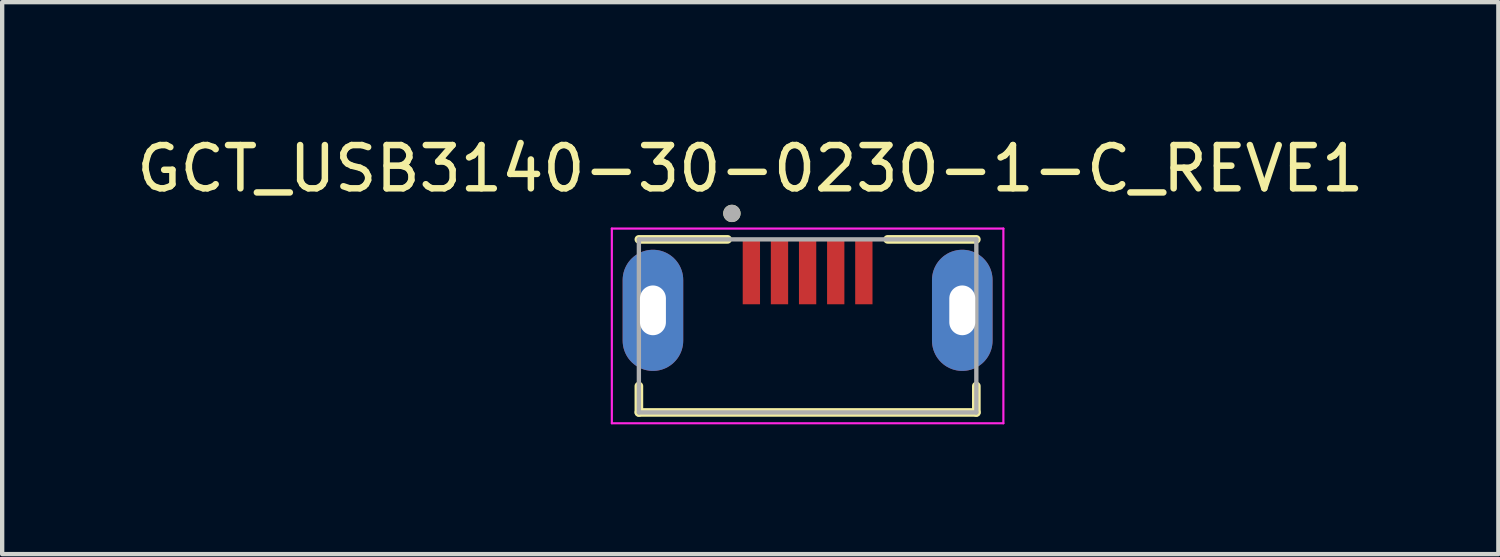
<source format=kicad_pcb>
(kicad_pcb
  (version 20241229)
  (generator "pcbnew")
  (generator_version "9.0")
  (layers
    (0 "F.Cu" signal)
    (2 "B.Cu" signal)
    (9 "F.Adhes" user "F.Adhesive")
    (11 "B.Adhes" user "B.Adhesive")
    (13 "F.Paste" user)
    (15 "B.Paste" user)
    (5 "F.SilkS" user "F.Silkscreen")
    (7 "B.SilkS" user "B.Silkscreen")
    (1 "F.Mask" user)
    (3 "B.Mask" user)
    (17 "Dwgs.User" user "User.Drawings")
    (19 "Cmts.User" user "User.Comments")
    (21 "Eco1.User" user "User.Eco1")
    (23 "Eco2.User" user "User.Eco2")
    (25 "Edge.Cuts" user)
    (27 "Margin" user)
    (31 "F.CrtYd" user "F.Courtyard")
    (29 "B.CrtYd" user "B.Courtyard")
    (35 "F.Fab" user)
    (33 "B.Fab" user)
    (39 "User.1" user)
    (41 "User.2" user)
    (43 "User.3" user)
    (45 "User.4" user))
  (footprint "GCT_USB3140-30-0230-1-C_REVE1"
    (layer "F.Cu")
    (at 15.617 4.483)
    (property "Reference" "GCT_USB3140-30-0230-1-C_REVE1" (at -1.325 -3.635 0) (layer "F.SilkS") (effects (font (size 1 1) (thickness 0.15))))
    (attr smd)
    (fp_poly (pts (xy -3.575 0.615) (xy -3.612 0.614) (xy -3.648 0.611) (xy -3.685 0.606) (xy -3.721 0.6) (xy -3.756 0.591) (xy -3.791 0.581) (xy -3.826 0.569) (xy -3.86 0.554) (xy -3.893 0.539) (xy -3.925 0.521) (xy -3.956 0.502) (xy -3.986 0.481) (xy -4.016 0.459) (xy -4.043 0.435) (xy -4.07 0.41) (xy -4.095 0.383) (xy -4.119 0.356) (xy -4.141 0.326) (xy -4.162 0.296) (xy -4.181 0.265) (xy -4.199 0.233) (xy -4.214 0.2) (xy -4.229 0.166) (xy -4.241 0.131) (xy -4.251 0.096) (xy -4.26 0.061) (xy -4.266 0.025) (xy -4.271 -0.012) (xy -4.274 -0.048) (xy -4.275 -0.085) (xy -4.275 -0.635) (xy -4.274 -0.672) (xy -4.271 -0.708) (xy -4.266 -0.745) (xy -4.26 -0.781) (xy -4.251 -0.816) (xy -4.241 -0.851) (xy -4.229 -0.886) (xy -4.214 -0.92) (xy -4.199 -0.953) (xy -4.181 -0.985) (xy -4.162 -1.016) (xy -4.141 -1.046) (xy -4.119 -1.076) (xy -4.095 -1.103) (xy -4.07 -1.13) (xy -4.043 -1.155) (xy -4.016 -1.179) (xy -3.986 -1.201) (xy -3.956 -1.222) (xy -3.925 -1.241) (xy -3.893 -1.259) (xy -3.86 -1.274) (xy -3.826 -1.289) (xy -3.791 -1.301) (xy -3.756 -1.311) (xy -3.721 -1.32) (xy -3.685 -1.326) (xy -3.648 -1.331) (xy -3.612 -1.334) (xy -3.575 -1.335) (xy -3.538 -1.334) (xy -3.502 -1.331) (xy -3.465 -1.326) (xy -3.429 -1.32) (xy -3.394 -1.311) (xy -3.359 -1.301) (xy -3.324 -1.289) (xy -3.29 -1.274) (xy -3.257 -1.259) (xy -3.225 -1.241) (xy -3.194 -1.222) (xy -3.164 -1.201) (xy -3.134 -1.179) (xy -3.107 -1.155) (xy -3.08 -1.13) (xy -3.055 -1.103) (xy -3.031 -1.076) (xy -3.009 -1.046) (xy -2.988 -1.016) (xy -2.969 -0.985) (xy -2.951 -0.953) (xy -2.936 -0.92) (xy -2.921 -0.886) (xy -2.909 -0.851) (xy -2.899 -0.816) (xy -2.89 -0.781) (xy -2.884 -0.745) (xy -2.879 -0.708) (xy -2.876 -0.672) (xy -2.875 -0.635) (xy -2.875 -0.085) (xy -2.876 -0.048) (xy -2.879 -0.012) (xy -2.884 0.025) (xy -2.89 0.061) (xy -2.899 0.096) (xy -2.909 0.131) (xy -2.921 0.166) (xy -2.936 0.2) (xy -2.951 0.233) (xy -2.969 0.265) (xy -2.988 0.296) (xy -3.009 0.326) (xy -3.031 0.356) (xy -3.055 0.383) (xy -3.08 0.41) (xy -3.107 0.435) (xy -3.134 0.459) (xy -3.164 0.481) (xy -3.194 0.502) (xy -3.225 0.521) (xy -3.257 0.539) (xy -3.29 0.554) (xy -3.324 0.569) (xy -3.359 0.581) (xy -3.394 0.591) (xy -3.429 0.6) (xy -3.465 0.606) (xy -3.502 0.611) (xy -3.538 0.614) (xy -3.575 0.615)) (stroke (width 0.01) (type solid)) (fill yes) (layer "F.Mask"))
    (fp_poly (pts (xy 3.575 0.615) (xy 3.538 0.614) (xy 3.502 0.611) (xy 3.465 0.606) (xy 3.429 0.6) (xy 3.394 0.591) (xy 3.359 0.581) (xy 3.324 0.569) (xy 3.29 0.554) (xy 3.257 0.539) (xy 3.225 0.521) (xy 3.194 0.502) (xy 3.164 0.481) (xy 3.134 0.459) (xy 3.107 0.435) (xy 3.08 0.41) (xy 3.055 0.383) (xy 3.031 0.356) (xy 3.009 0.326) (xy 2.988 0.296) (xy 2.969 0.265) (xy 2.951 0.233) (xy 2.936 0.2) (xy 2.921 0.166) (xy 2.909 0.131) (xy 2.899 0.096) (xy 2.89 0.061) (xy 2.884 0.025) (xy 2.879 -0.012) (xy 2.876 -0.048) (xy 2.875 -0.085) (xy 2.875 -0.635) (xy 2.876 -0.672) (xy 2.879 -0.708) (xy 2.884 -0.745) (xy 2.89 -0.781) (xy 2.899 -0.816) (xy 2.909 -0.851) (xy 2.921 -0.886) (xy 2.936 -0.92) (xy 2.951 -0.953) (xy 2.969 -0.985) (xy 2.988 -1.016) (xy 3.009 -1.046) (xy 3.031 -1.076) (xy 3.055 -1.103) (xy 3.08 -1.13) (xy 3.107 -1.155) (xy 3.134 -1.179) (xy 3.164 -1.201) (xy 3.194 -1.222) (xy 3.225 -1.241) (xy 3.257 -1.259) (xy 3.29 -1.274) (xy 3.324 -1.289) (xy 3.359 -1.301) (xy 3.394 -1.311) (xy 3.429 -1.32) (xy 3.465 -1.326) (xy 3.502 -1.331) (xy 3.538 -1.334) (xy 3.575 -1.335) (xy 3.612 -1.334) (xy 3.648 -1.331) (xy 3.685 -1.326) (xy 3.721 -1.32) (xy 3.756 -1.311) (xy 3.791 -1.301) (xy 3.826 -1.289) (xy 3.86 -1.274) (xy 3.893 -1.259) (xy 3.925 -1.241) (xy 3.956 -1.222) (xy 3.986 -1.201) (xy 4.016 -1.179) (xy 4.043 -1.155) (xy 4.07 -1.13) (xy 4.095 -1.103) (xy 4.119 -1.076) (xy 4.141 -1.046) (xy 4.162 -1.016) (xy 4.181 -0.985) (xy 4.199 -0.953) (xy 4.214 -0.92) (xy 4.229 -0.886) (xy 4.241 -0.851) (xy 4.251 -0.816) (xy 4.26 -0.781) (xy 4.266 -0.745) (xy 4.271 -0.708) (xy 4.274 -0.672) (xy 4.275 -0.635) (xy 4.275 -0.085) (xy 4.274 -0.048) (xy 4.271 -0.012) (xy 4.266 0.025) (xy 4.26 0.061) (xy 4.251 0.096) (xy 4.241 0.131) (xy 4.229 0.166) (xy 4.214 0.2) (xy 4.199 0.233) (xy 4.181 0.265) (xy 4.162 0.296) (xy 4.141 0.326) (xy 4.119 0.356) (xy 4.095 0.383) (xy 4.07 0.41) (xy 4.043 0.435) (xy 4.016 0.459) (xy 3.986 0.481) (xy 3.956 0.502) (xy 3.925 0.521) (xy 3.893 0.539) (xy 3.86 0.554) (xy 3.826 0.569) (xy 3.791 0.581) (xy 3.756 0.591) (xy 3.721 0.6) (xy 3.685 0.606) (xy 3.648 0.611) (xy 3.612 0.614) (xy 3.575 0.615)) (stroke (width 0.01) (type solid)) (fill yes) (layer "F.Mask"))
    (fp_poly (pts (xy -3.575 0.615) (xy -3.612 0.614) (xy -3.648 0.611) (xy -3.685 0.606) (xy -3.721 0.6) (xy -3.756 0.591) (xy -3.791 0.581) (xy -3.826 0.569) (xy -3.86 0.554) (xy -3.893 0.539) (xy -3.925 0.521) (xy -3.956 0.502) (xy -3.986 0.481) (xy -4.016 0.459) (xy -4.043 0.435) (xy -4.07 0.41) (xy -4.095 0.383) (xy -4.119 0.356) (xy -4.141 0.326) (xy -4.162 0.296) (xy -4.181 0.265) (xy -4.199 0.233) (xy -4.214 0.2) (xy -4.229 0.166) (xy -4.241 0.131) (xy -4.251 0.096) (xy -4.26 0.061) (xy -4.266 0.025) (xy -4.271 -0.012) (xy -4.274 -0.048) (xy -4.275 -0.085) (xy -4.275 -0.635) (xy -4.274 -0.672) (xy -4.271 -0.708) (xy -4.266 -0.745) (xy -4.26 -0.781) (xy -4.251 -0.816) (xy -4.241 -0.851) (xy -4.229 -0.886) (xy -4.214 -0.92) (xy -4.199 -0.953) (xy -4.181 -0.985) (xy -4.162 -1.016) (xy -4.141 -1.046) (xy -4.119 -1.076) (xy -4.095 -1.103) (xy -4.07 -1.13) (xy -4.043 -1.155) (xy -4.016 -1.179) (xy -3.986 -1.201) (xy -3.956 -1.222) (xy -3.925 -1.241) (xy -3.893 -1.259) (xy -3.86 -1.274) (xy -3.826 -1.289) (xy -3.791 -1.301) (xy -3.756 -1.311) (xy -3.721 -1.32) (xy -3.685 -1.326) (xy -3.648 -1.331) (xy -3.612 -1.334) (xy -3.575 -1.335) (xy -3.538 -1.334) (xy -3.502 -1.331) (xy -3.465 -1.326) (xy -3.429 -1.32) (xy -3.394 -1.311) (xy -3.359 -1.301) (xy -3.324 -1.289) (xy -3.29 -1.274) (xy -3.257 -1.259) (xy -3.225 -1.241) (xy -3.194 -1.222) (xy -3.164 -1.201) (xy -3.134 -1.179) (xy -3.107 -1.155) (xy -3.08 -1.13) (xy -3.055 -1.103) (xy -3.031 -1.076) (xy -3.009 -1.046) (xy -2.988 -1.016) (xy -2.969 -0.985) (xy -2.951 -0.953) (xy -2.936 -0.92) (xy -2.921 -0.886) (xy -2.909 -0.851) (xy -2.899 -0.816) (xy -2.89 -0.781) (xy -2.884 -0.745) (xy -2.879 -0.708) (xy -2.876 -0.672) (xy -2.875 -0.635) (xy -2.875 -0.085) (xy -2.876 -0.048) (xy -2.879 -0.012) (xy -2.884 0.025) (xy -2.89 0.061) (xy -2.899 0.096) (xy -2.909 0.131) (xy -2.921 0.166) (xy -2.936 0.2) (xy -2.951 0.233) (xy -2.969 0.265) (xy -2.988 0.296) (xy -3.009 0.326) (xy -3.031 0.356) (xy -3.055 0.383) (xy -3.08 0.41) (xy -3.107 0.435) (xy -3.134 0.459) (xy -3.164 0.481) (xy -3.194 0.502) (xy -3.225 0.521) (xy -3.257 0.539) (xy -3.29 0.554) (xy -3.324 0.569) (xy -3.359 0.581) (xy -3.394 0.591) (xy -3.429 0.6) (xy -3.465 0.606) (xy -3.502 0.611) (xy -3.538 0.614) (xy -3.575 0.615)) (stroke (width 0.01) (type solid)) (fill yes) (layer "B.Mask"))
    (fp_poly (pts (xy 3.575 0.615) (xy 3.538 0.614) (xy 3.502 0.611) (xy 3.465 0.606) (xy 3.429 0.6) (xy 3.394 0.591) (xy 3.359 0.581) (xy 3.324 0.569) (xy 3.29 0.554) (xy 3.257 0.539) (xy 3.225 0.521) (xy 3.194 0.502) (xy 3.164 0.481) (xy 3.134 0.459) (xy 3.107 0.435) (xy 3.08 0.41) (xy 3.055 0.383) (xy 3.031 0.356) (xy 3.009 0.326) (xy 2.988 0.296) (xy 2.969 0.265) (xy 2.951 0.233) (xy 2.936 0.2) (xy 2.921 0.166) (xy 2.909 0.131) (xy 2.899 0.096) (xy 2.89 0.061) (xy 2.884 0.025) (xy 2.879 -0.012) (xy 2.876 -0.048) (xy 2.875 -0.085) (xy 2.875 -0.635) (xy 2.876 -0.672) (xy 2.879 -0.708) (xy 2.884 -0.745) (xy 2.89 -0.781) (xy 2.899 -0.816) (xy 2.909 -0.851) (xy 2.921 -0.886) (xy 2.936 -0.92) (xy 2.951 -0.953) (xy 2.969 -0.985) (xy 2.988 -1.016) (xy 3.009 -1.046) (xy 3.031 -1.076) (xy 3.055 -1.103) (xy 3.08 -1.13) (xy 3.107 -1.155) (xy 3.134 -1.179) (xy 3.164 -1.201) (xy 3.194 -1.222) (xy 3.225 -1.241) (xy 3.257 -1.259) (xy 3.29 -1.274) (xy 3.324 -1.289) (xy 3.359 -1.301) (xy 3.394 -1.311) (xy 3.429 -1.32) (xy 3.465 -1.326) (xy 3.502 -1.331) (xy 3.538 -1.334) (xy 3.575 -1.335) (xy 3.612 -1.334) (xy 3.648 -1.331) (xy 3.685 -1.326) (xy 3.721 -1.32) (xy 3.756 -1.311) (xy 3.791 -1.301) (xy 3.826 -1.289) (xy 3.86 -1.274) (xy 3.893 -1.259) (xy 3.925 -1.241) (xy 3.956 -1.222) (xy 3.986 -1.201) (xy 4.016 -1.179) (xy 4.043 -1.155) (xy 4.07 -1.13) (xy 4.095 -1.103) (xy 4.119 -1.076) (xy 4.141 -1.046) (xy 4.162 -1.016) (xy 4.181 -0.985) (xy 4.199 -0.953) (xy 4.214 -0.92) (xy 4.229 -0.886) (xy 4.241 -0.851) (xy 4.251 -0.816) (xy 4.26 -0.781) (xy 4.266 -0.745) (xy 4.271 -0.708) (xy 4.274 -0.672) (xy 4.275 -0.635) (xy 4.275 -0.085) (xy 4.274 -0.048) (xy 4.271 -0.012) (xy 4.266 0.025) (xy 4.26 0.061) (xy 4.251 0.096) (xy 4.241 0.131) (xy 4.229 0.166) (xy 4.214 0.2) (xy 4.199 0.233) (xy 4.181 0.265) (xy 4.162 0.296) (xy 4.141 0.326) (xy 4.119 0.356) (xy 4.095 0.383) (xy 4.07 0.41) (xy 4.043 0.435) (xy 4.016 0.459) (xy 3.986 0.481) (xy 3.956 0.502) (xy 3.925 0.521) (xy 3.893 0.539) (xy 3.86 0.554) (xy 3.826 0.569) (xy 3.791 0.581) (xy 3.756 0.591) (xy 3.721 0.6) (xy 3.685 0.606) (xy 3.648 0.611) (xy 3.612 0.614) (xy 3.575 0.615)) (stroke (width 0.01) (type solid)) (fill yes) (layer "B.Mask"))
    (fp_line (start -3.9 -2) (end -1.85 -2) (stroke (width 0.2) (type solid)) (layer "F.SilkS"))
    (fp_line (start -3.9 2) (end -3.9 1.39) (stroke (width 0.2) (type solid)) (layer "F.SilkS"))
    (fp_line (start -3.9 2) (end 3.9 2) (stroke (width 0.2) (type solid)) (layer "F.SilkS"))
    (fp_line (start 1.85 -2) (end 3.9 -2) (stroke (width 0.2) (type solid)) (layer "F.SilkS"))
    (fp_line (start 3.9 2) (end 3.9 1.39) (stroke (width 0.2) (type solid)) (layer "F.SilkS"))
    (fp_circle (center -1.75 -2.6) (end -1.65 -2.6) (stroke (width 0.2) (type solid)) (fill no) (layer "F.SilkS"))
    (fp_line (start -4.525 -2.25) (end 4.525 -2.25) (stroke (width 0.05) (type solid)) (layer "F.CrtYd"))
    (fp_line (start -4.525 2.25) (end -4.525 -2.25) (stroke (width 0.05) (type solid)) (layer "F.CrtYd"))
    (fp_line (start -4.525 2.25) (end 4.525 2.25) (stroke (width 0.05) (type solid)) (layer "F.CrtYd"))
    (fp_line (start 4.525 2.25) (end 4.525 -2.25) (stroke (width 0.05) (type solid)) (layer "F.CrtYd"))
    (fp_line (start -3.9 -2) (end 3.9 -2) (stroke (width 0.1) (type solid)) (layer "F.Fab"))
    (fp_line (start -3.9 2) (end -3.9 -2) (stroke (width 0.1) (type solid)) (layer "F.Fab"))
    (fp_line (start -3.9 2) (end 3.9 2) (stroke (width 0.1) (type solid)) (layer "F.Fab"))
    (fp_line (start 3.9 2) (end 3.9 -2) (stroke (width 0.1) (type solid)) (layer "F.Fab"))
    (fp_circle (center -1.75 -2.6) (end -1.65 -2.6) (stroke (width 0.2) (type solid)) (fill no) (layer "F.Fab"))
    (pad "1" smd rect (at -1.3 -1.25) (size 0.4 1.5) (layers "F.Cu" "F.Mask" "F.Paste"))
    (pad "2" smd rect (at -0.65 -1.25) (size 0.4 1.5) (layers "F.Cu" "F.Mask" "F.Paste"))
    (pad "3" smd rect (at 0 -1.25) (size 0.4 1.5) (layers "F.Cu" "F.Mask" "F.Paste"))
    (pad "4" smd rect (at 0.65 -1.25) (size 0.4 1.5) (layers "F.Cu" "F.Mask" "F.Paste"))
    (pad "5" smd rect (at 1.3 -1.25) (size 0.4 1.5) (layers "F.Cu" "F.Mask" "F.Paste"))
    (pad "6" thru_hole oval (at -3.575 -0.36) (size 1.4 2.8) (drill oval 0.6 1.15) (layers "*.Cu"))
    (pad "6" thru_hole oval (at 3.575 -0.36) (size 1.4 2.8) (drill oval 0.6 1.15) (layers "*.Cu")))
  (gr_rect
    (start -3 -3)
    (end 31.583 9.758)
    (stroke (width 0.1) (type default))
    (fill no)
    (layer "Edge.Cuts")))
</source>
